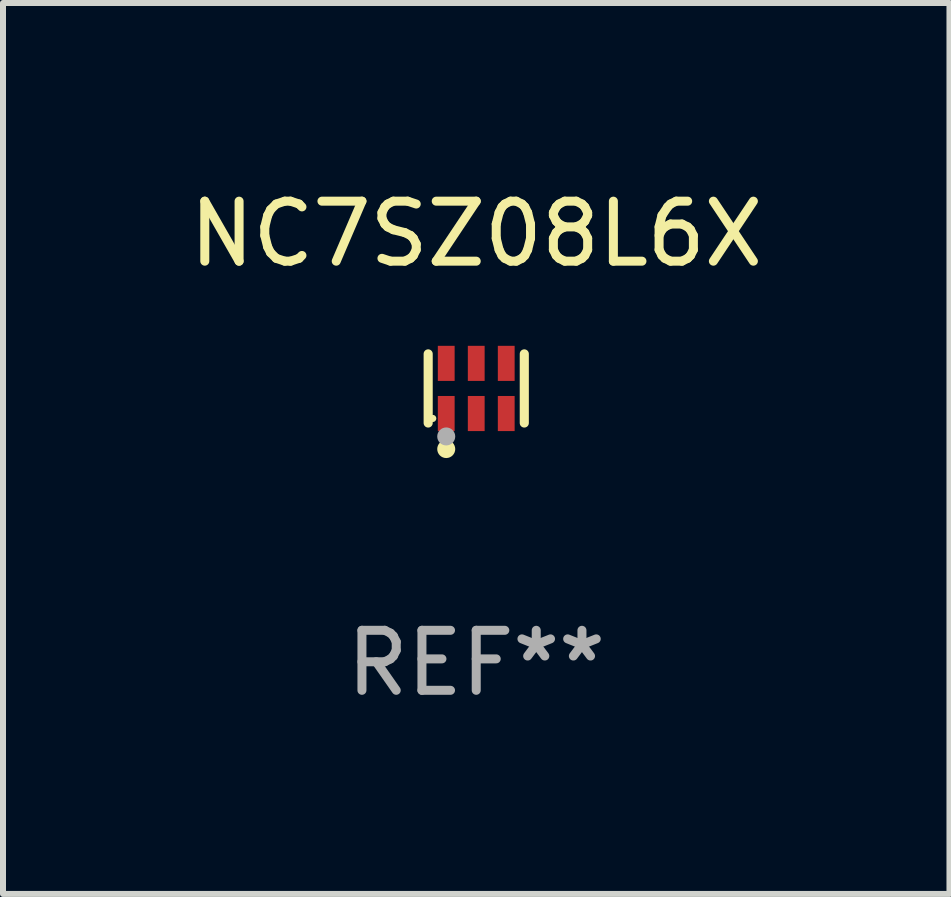
<source format=kicad_pcb>
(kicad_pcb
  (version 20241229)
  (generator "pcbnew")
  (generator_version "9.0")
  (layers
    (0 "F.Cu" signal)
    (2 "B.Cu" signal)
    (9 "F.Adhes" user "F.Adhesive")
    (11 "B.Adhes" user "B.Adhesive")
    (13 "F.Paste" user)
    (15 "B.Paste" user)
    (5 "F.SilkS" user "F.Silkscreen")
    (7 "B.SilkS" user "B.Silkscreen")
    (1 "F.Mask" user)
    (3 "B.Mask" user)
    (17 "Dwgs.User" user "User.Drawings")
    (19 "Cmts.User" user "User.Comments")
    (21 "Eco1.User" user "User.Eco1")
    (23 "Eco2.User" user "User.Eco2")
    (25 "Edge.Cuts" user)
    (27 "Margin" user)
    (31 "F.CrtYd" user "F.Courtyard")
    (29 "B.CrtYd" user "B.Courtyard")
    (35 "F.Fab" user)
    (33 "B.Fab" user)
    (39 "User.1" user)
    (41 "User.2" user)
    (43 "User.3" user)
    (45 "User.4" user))
  (footprint "NC7SZ08L6X"
    (layer "F.Cu")
    (at 4.887 3.424)
    (property "Reference" "NC7SZ08L6X" (at 0 -2.576 0) (layer "F.SilkS") (effects (font (size 1 1) (thickness 0.15))))
    (attr through_hole)
    (fp_line (start -0.801 0.576) (end -0.801 -0.576) (stroke (width 0.152) (type solid)) (layer "F.SilkS"))
    (fp_line (start 0.801 0.576) (end 0.801 -0.576) (stroke (width 0.152) (type solid)) (layer "F.SilkS"))
    (fp_circle (center -0.725 0.5) (end -0.695 0.5) (stroke (width 0.06) (type solid)) (fill no) (layer "F.SilkS"))
    (fp_circle (center -0.5 1.01) (end -0.425 1.01) (stroke (width 0.15) (type solid)) (fill no) (layer "F.SilkS"))
    (fp_circle (center -0.5 0.8) (end -0.425 0.8) (stroke (width 0.15) (type solid)) (fill no) (layer "F.Fab"))
    (fp_text user "REF**" (at 0 4.576 0) (layer "F.Fab") (effects (font (size 1 1) (thickness 0.15))))
    (pad "1" smd rect (at -0.5 0.418) (size 0.28 0.585) (layers "F.Cu" "F.Mask" "F.Paste"))
    (pad "2" smd rect (at 0 0.418) (size 0.28 0.585) (layers "F.Cu" "F.Mask" "F.Paste"))
    (pad "3" smd rect (at 0.5 0.418) (size 0.28 0.585) (layers "F.Cu" "F.Mask" "F.Paste"))
    (pad "4" smd rect (at 0.5 -0.418) (size 0.28 0.585) (layers "F.Cu" "F.Mask" "F.Paste"))
    (pad "5" smd rect (at 0 -0.418) (size 0.28 0.585) (layers "F.Cu" "F.Mask" "F.Paste"))
    (pad "6" smd rect (at -0.5 -0.418) (size 0.28 0.585) (layers "F.Cu" "F.Mask" "F.Paste")))
  (gr_rect
    (start -3 -3)
    (end 12.774 11.849)
    (stroke (width 0.1) (type default))
    (fill no)
    (layer "Edge.Cuts")))
</source>
